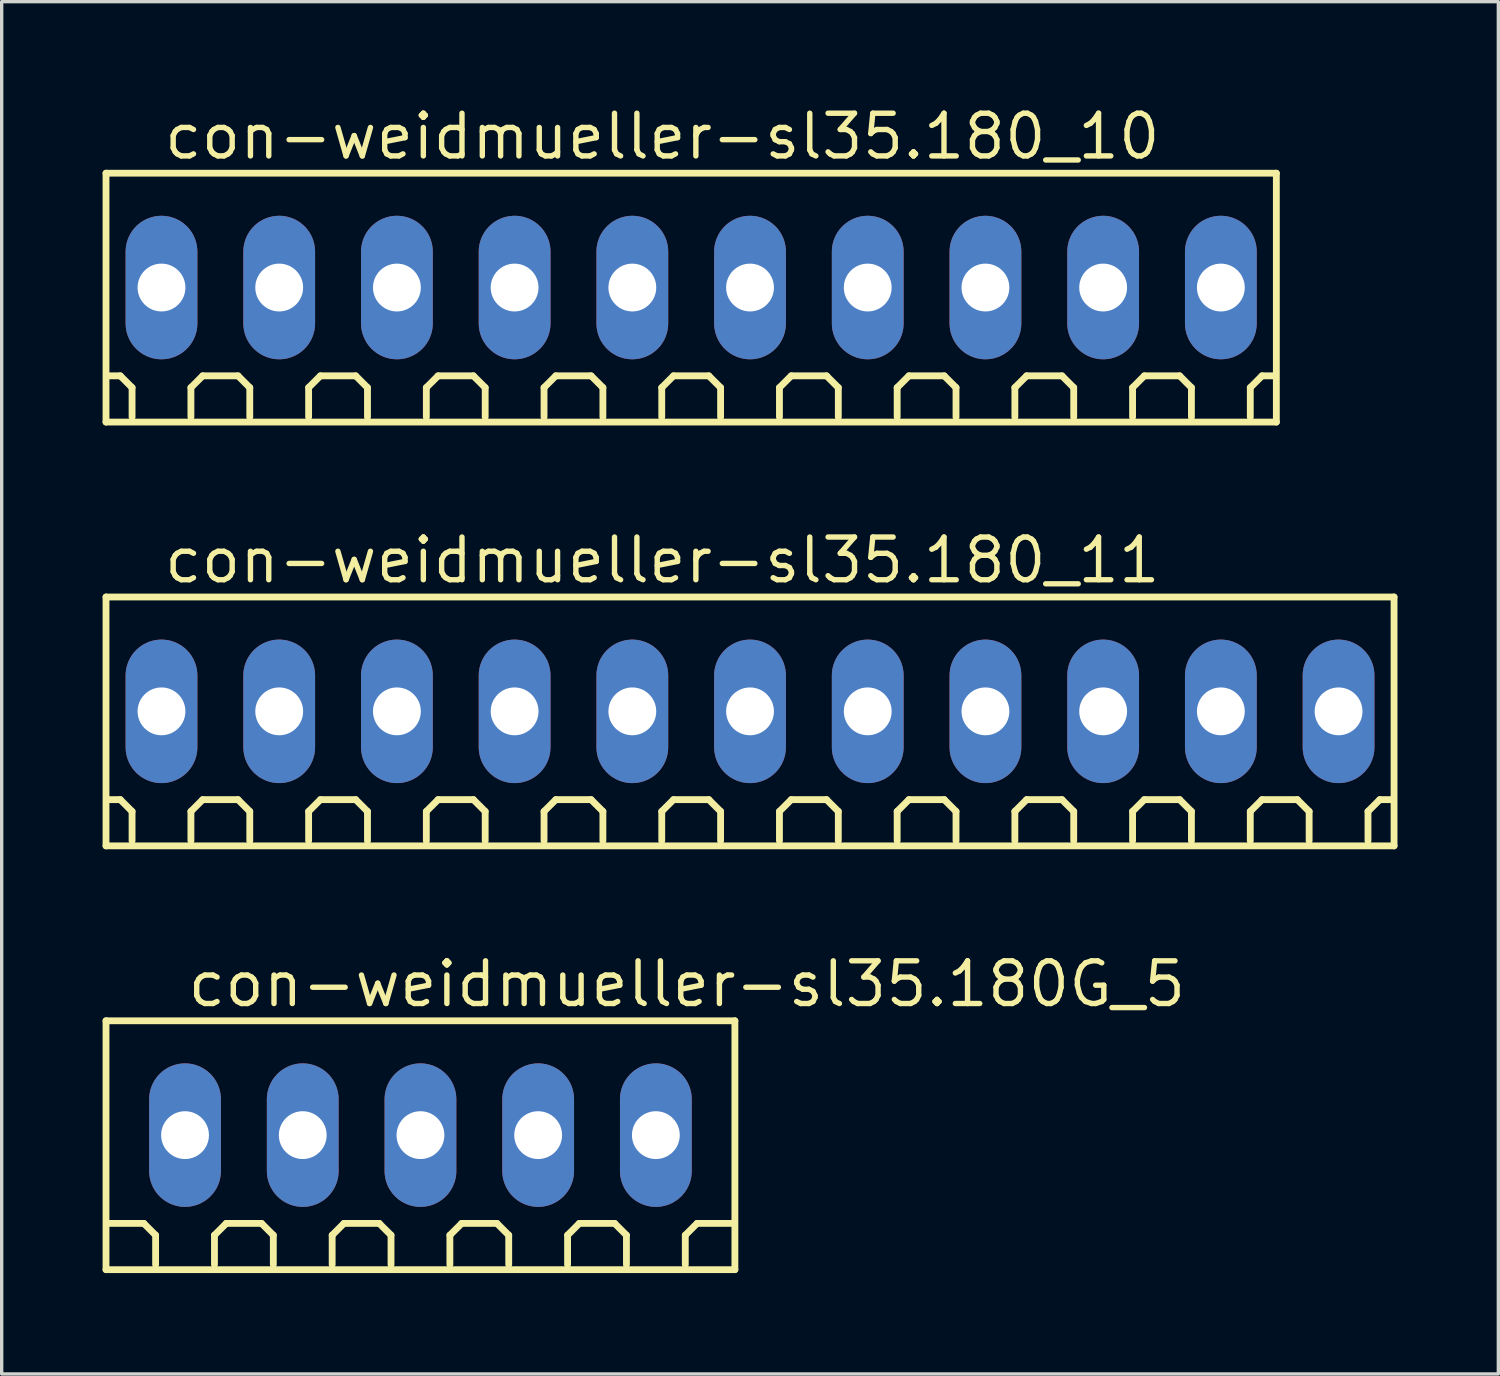
<source format=kicad_pcb>
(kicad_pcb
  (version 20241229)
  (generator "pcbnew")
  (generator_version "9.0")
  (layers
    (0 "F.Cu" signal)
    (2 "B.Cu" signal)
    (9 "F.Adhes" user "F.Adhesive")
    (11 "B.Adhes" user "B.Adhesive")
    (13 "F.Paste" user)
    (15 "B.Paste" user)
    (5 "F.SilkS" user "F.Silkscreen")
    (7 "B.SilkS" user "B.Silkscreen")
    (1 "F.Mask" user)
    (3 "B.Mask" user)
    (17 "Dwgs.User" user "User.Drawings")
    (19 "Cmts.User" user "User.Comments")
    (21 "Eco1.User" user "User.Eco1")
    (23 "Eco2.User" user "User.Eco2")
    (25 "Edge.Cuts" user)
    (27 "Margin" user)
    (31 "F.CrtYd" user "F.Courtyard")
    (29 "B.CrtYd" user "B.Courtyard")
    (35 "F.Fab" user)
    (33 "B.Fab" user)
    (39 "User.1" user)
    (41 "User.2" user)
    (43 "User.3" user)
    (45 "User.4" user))
  (footprint "con-weidmueller-sl35.180_11"
    (layer "F.Cu")
    (at 19.252 18.102)
    (property "Reference" "con-weidmueller-sl35.180_11" (at -17.5 -3.75 0) (layer "F.SilkS") (effects (font (size 1.27 1.27) (thickness 0.16)) (justify left bottom)))
    (attr through_hole)
    (fp_line (start -19.15 -3.4) (end 19.15 -3.4) (stroke (width 0.203) (type default)) (layer "F.SilkS"))
    (fp_line (start -19.15 4) (end -19.15 -3.4) (stroke (width 0.203) (type default)) (layer "F.SilkS"))
    (fp_line (start -18.725 2.625) (end -19.075 2.625) (stroke (width 0.203) (type default)) (layer "F.SilkS"))
    (fp_line (start -18.375 2.975) (end -18.725 2.625) (stroke (width 0.203) (type default)) (layer "F.SilkS"))
    (fp_line (start -18.375 3.85) (end -18.375 2.975) (stroke (width 0.203) (type default)) (layer "F.SilkS"))
    (fp_line (start -16.625 2.975) (end -16.275 2.625) (stroke (width 0.203) (type default)) (layer "F.SilkS"))
    (fp_line (start -16.625 3.85) (end -16.625 2.975) (stroke (width 0.203) (type default)) (layer "F.SilkS"))
    (fp_line (start -16.275 2.625) (end -15.225 2.625) (stroke (width 0.203) (type default)) (layer "F.SilkS"))
    (fp_line (start -15.225 2.625) (end -14.875 2.975) (stroke (width 0.203) (type default)) (layer "F.SilkS"))
    (fp_line (start -14.875 2.975) (end -14.875 3.85) (stroke (width 0.203) (type default)) (layer "F.SilkS"))
    (fp_line (start -13.125 2.975) (end -12.775 2.625) (stroke (width 0.203) (type default)) (layer "F.SilkS"))
    (fp_line (start -13.125 3.85) (end -13.125 2.975) (stroke (width 0.203) (type default)) (layer "F.SilkS"))
    (fp_line (start -12.775 2.625) (end -11.725 2.625) (stroke (width 0.203) (type default)) (layer "F.SilkS"))
    (fp_line (start -11.725 2.625) (end -11.375 2.975) (stroke (width 0.203) (type default)) (layer "F.SilkS"))
    (fp_line (start -11.375 2.975) (end -11.375 3.85) (stroke (width 0.203) (type default)) (layer "F.SilkS"))
    (fp_line (start -9.625 2.975) (end -9.275 2.625) (stroke (width 0.203) (type default)) (layer "F.SilkS"))
    (fp_line (start -9.625 3.85) (end -9.625 2.975) (stroke (width 0.203) (type default)) (layer "F.SilkS"))
    (fp_line (start -9.275 2.625) (end -8.225 2.625) (stroke (width 0.203) (type default)) (layer "F.SilkS"))
    (fp_line (start -8.225 2.625) (end -7.875 2.975) (stroke (width 0.203) (type default)) (layer "F.SilkS"))
    (fp_line (start -7.875 2.975) (end -7.875 3.85) (stroke (width 0.203) (type default)) (layer "F.SilkS"))
    (fp_line (start -6.125 2.975) (end -5.775 2.625) (stroke (width 0.203) (type default)) (layer "F.SilkS"))
    (fp_line (start -6.125 3.85) (end -6.125 2.975) (stroke (width 0.203) (type default)) (layer "F.SilkS"))
    (fp_line (start -5.775 2.625) (end -4.725 2.625) (stroke (width 0.203) (type default)) (layer "F.SilkS"))
    (fp_line (start -4.725 2.625) (end -4.375 2.975) (stroke (width 0.203) (type default)) (layer "F.SilkS"))
    (fp_line (start -4.375 2.975) (end -4.375 3.85) (stroke (width 0.203) (type default)) (layer "F.SilkS"))
    (fp_line (start -2.625 2.975) (end -2.275 2.625) (stroke (width 0.203) (type default)) (layer "F.SilkS"))
    (fp_line (start -2.625 3.85) (end -2.625 2.975) (stroke (width 0.203) (type default)) (layer "F.SilkS"))
    (fp_line (start -2.275 2.625) (end -1.225 2.625) (stroke (width 0.203) (type default)) (layer "F.SilkS"))
    (fp_line (start -1.225 2.625) (end -0.875 2.975) (stroke (width 0.203) (type default)) (layer "F.SilkS"))
    (fp_line (start -0.875 2.975) (end -0.875 3.85) (stroke (width 0.203) (type default)) (layer "F.SilkS"))
    (fp_line (start 0.875 2.975) (end 1.225 2.625) (stroke (width 0.203) (type default)) (layer "F.SilkS"))
    (fp_line (start 0.875 3.85) (end 0.875 2.975) (stroke (width 0.203) (type default)) (layer "F.SilkS"))
    (fp_line (start 1.225 2.625) (end 2.275 2.625) (stroke (width 0.203) (type default)) (layer "F.SilkS"))
    (fp_line (start 2.275 2.625) (end 2.625 2.975) (stroke (width 0.203) (type default)) (layer "F.SilkS"))
    (fp_line (start 2.625 2.975) (end 2.625 3.85) (stroke (width 0.203) (type default)) (layer "F.SilkS"))
    (fp_line (start 4.375 2.975) (end 4.725 2.625) (stroke (width 0.203) (type default)) (layer "F.SilkS"))
    (fp_line (start 4.375 3.85) (end 4.375 2.975) (stroke (width 0.203) (type default)) (layer "F.SilkS"))
    (fp_line (start 4.725 2.625) (end 5.775 2.625) (stroke (width 0.203) (type default)) (layer "F.SilkS"))
    (fp_line (start 5.775 2.625) (end 6.125 2.975) (stroke (width 0.203) (type default)) (layer "F.SilkS"))
    (fp_line (start 6.125 2.975) (end 6.125 3.85) (stroke (width 0.203) (type default)) (layer "F.SilkS"))
    (fp_line (start 7.875 2.975) (end 8.225 2.625) (stroke (width 0.203) (type default)) (layer "F.SilkS"))
    (fp_line (start 7.875 3.85) (end 7.875 2.975) (stroke (width 0.203) (type default)) (layer "F.SilkS"))
    (fp_line (start 8.225 2.625) (end 9.275 2.625) (stroke (width 0.203) (type default)) (layer "F.SilkS"))
    (fp_line (start 9.275 2.625) (end 9.625 2.975) (stroke (width 0.203) (type default)) (layer "F.SilkS"))
    (fp_line (start 9.625 2.975) (end 9.625 3.85) (stroke (width 0.203) (type default)) (layer "F.SilkS"))
    (fp_line (start 11.375 2.975) (end 11.725 2.625) (stroke (width 0.203) (type default)) (layer "F.SilkS"))
    (fp_line (start 11.375 3.85) (end 11.375 2.975) (stroke (width 0.203) (type default)) (layer "F.SilkS"))
    (fp_line (start 11.725 2.625) (end 12.775 2.625) (stroke (width 0.203) (type default)) (layer "F.SilkS"))
    (fp_line (start 12.775 2.625) (end 13.125 2.975) (stroke (width 0.203) (type default)) (layer "F.SilkS"))
    (fp_line (start 13.125 2.975) (end 13.125 3.85) (stroke (width 0.203) (type default)) (layer "F.SilkS"))
    (fp_line (start 14.875 2.975) (end 15.225 2.625) (stroke (width 0.203) (type default)) (layer "F.SilkS"))
    (fp_line (start 14.875 3.85) (end 14.875 2.975) (stroke (width 0.203) (type default)) (layer "F.SilkS"))
    (fp_line (start 15.225 2.625) (end 16.275 2.625) (stroke (width 0.203) (type default)) (layer "F.SilkS"))
    (fp_line (start 16.275 2.625) (end 16.625 2.975) (stroke (width 0.203) (type default)) (layer "F.SilkS"))
    (fp_line (start 16.625 2.975) (end 16.625 3.85) (stroke (width 0.203) (type default)) (layer "F.SilkS"))
    (fp_line (start 18.375 2.975) (end 18.725 2.625) (stroke (width 0.203) (type default)) (layer "F.SilkS"))
    (fp_line (start 18.375 3.85) (end 18.375 2.975) (stroke (width 0.203) (type default)) (layer "F.SilkS"))
    (fp_line (start 19.075 2.625) (end 18.725 2.625) (stroke (width 0.203) (type default)) (layer "F.SilkS"))
    (fp_line (start 19.15 -3.4) (end 19.15 4) (stroke (width 0.203) (type default)) (layer "F.SilkS"))
    (fp_line (start 19.15 4) (end -19.15 4) (stroke (width 0.203) (type default)) (layer "F.SilkS"))
    (pad "1" thru_hole oval (at -17.5 0 90) (size 4.267 2.134) (drill 1.422) (layers "*.Cu" "*.Mask"))
    (pad "2" thru_hole oval (at -14 0 90) (size 4.267 2.134) (drill 1.422) (layers "*.Cu" "*.Mask"))
    (pad "3" thru_hole oval (at -10.5 0 90) (size 4.267 2.134) (drill 1.422) (layers "*.Cu" "*.Mask"))
    (pad "4" thru_hole oval (at -7 0 90) (size 4.267 2.134) (drill 1.422) (layers "*.Cu" "*.Mask"))
    (pad "5" thru_hole oval (at -3.5 0 90) (size 4.267 2.134) (drill 1.422) (layers "*.Cu" "*.Mask"))
    (pad "6" thru_hole oval (at 0 0 90) (size 4.267 2.134) (drill 1.422) (layers "*.Cu" "*.Mask"))
    (pad "7" thru_hole oval (at 3.5 0 90) (size 4.267 2.134) (drill 1.422) (layers "*.Cu" "*.Mask"))
    (pad "8" thru_hole oval (at 7 0 90) (size 4.267 2.134) (drill 1.422) (layers "*.Cu" "*.Mask"))
    (pad "9" thru_hole oval (at 10.5 0 90) (size 4.267 2.134) (drill 1.422) (layers "*.Cu" "*.Mask"))
    (pad "10" thru_hole oval (at 14 0 90) (size 4.267 2.134) (drill 1.422) (layers "*.Cu" "*.Mask"))
    (pad "11" thru_hole oval (at 17.5 0 90) (size 4.267 2.134) (drill 1.422) (layers "*.Cu" "*.Mask")))
  (footprint "con-weidmueller-sl35.180G_5"
    (layer "F.Cu")
    (at 9.452 30.703)
    (property "Reference" "con-weidmueller-sl35.180G_5" (at -7 -3.75 0) (layer "F.SilkS") (effects (font (size 1.27 1.27) (thickness 0.16)) (justify left bottom)))
    (attr through_hole)
    (fp_line (start -9.35 -3.4) (end 9.35 -3.4) (stroke (width 0.203) (type default)) (layer "F.SilkS"))
    (fp_line (start -9.35 4) (end -9.35 -3.4) (stroke (width 0.203) (type default)) (layer "F.SilkS"))
    (fp_line (start -8.225 2.625) (end -9.275 2.625) (stroke (width 0.203) (type default)) (layer "F.SilkS"))
    (fp_line (start -7.875 2.975) (end -8.225 2.625) (stroke (width 0.203) (type default)) (layer "F.SilkS"))
    (fp_line (start -7.875 3.85) (end -7.875 2.975) (stroke (width 0.203) (type default)) (layer "F.SilkS"))
    (fp_line (start -6.125 2.975) (end -5.775 2.625) (stroke (width 0.203) (type default)) (layer "F.SilkS"))
    (fp_line (start -6.125 3.85) (end -6.125 2.975) (stroke (width 0.203) (type default)) (layer "F.SilkS"))
    (fp_line (start -5.775 2.625) (end -4.725 2.625) (stroke (width 0.203) (type default)) (layer "F.SilkS"))
    (fp_line (start -4.725 2.625) (end -4.375 2.975) (stroke (width 0.203) (type default)) (layer "F.SilkS"))
    (fp_line (start -4.375 2.975) (end -4.375 3.85) (stroke (width 0.203) (type default)) (layer "F.SilkS"))
    (fp_line (start -2.625 2.975) (end -2.275 2.625) (stroke (width 0.203) (type default)) (layer "F.SilkS"))
    (fp_line (start -2.625 3.85) (end -2.625 2.975) (stroke (width 0.203) (type default)) (layer "F.SilkS"))
    (fp_line (start -2.275 2.625) (end -1.225 2.625) (stroke (width 0.203) (type default)) (layer "F.SilkS"))
    (fp_line (start -1.225 2.625) (end -0.875 2.975) (stroke (width 0.203) (type default)) (layer "F.SilkS"))
    (fp_line (start -0.875 2.975) (end -0.875 3.85) (stroke (width 0.203) (type default)) (layer "F.SilkS"))
    (fp_line (start 0.875 2.975) (end 1.225 2.625) (stroke (width 0.203) (type default)) (layer "F.SilkS"))
    (fp_line (start 0.875 3.85) (end 0.875 2.975) (stroke (width 0.203) (type default)) (layer "F.SilkS"))
    (fp_line (start 1.225 2.625) (end 2.275 2.625) (stroke (width 0.203) (type default)) (layer "F.SilkS"))
    (fp_line (start 2.275 2.625) (end 2.625 2.975) (stroke (width 0.203) (type default)) (layer "F.SilkS"))
    (fp_line (start 2.625 2.975) (end 2.625 3.85) (stroke (width 0.203) (type default)) (layer "F.SilkS"))
    (fp_line (start 4.375 2.975) (end 4.725 2.625) (stroke (width 0.203) (type default)) (layer "F.SilkS"))
    (fp_line (start 4.375 3.85) (end 4.375 2.975) (stroke (width 0.203) (type default)) (layer "F.SilkS"))
    (fp_line (start 4.725 2.625) (end 5.775 2.625) (stroke (width 0.203) (type default)) (layer "F.SilkS"))
    (fp_line (start 5.775 2.625) (end 6.125 2.975) (stroke (width 0.203) (type default)) (layer "F.SilkS"))
    (fp_line (start 6.125 2.975) (end 6.125 3.85) (stroke (width 0.203) (type default)) (layer "F.SilkS"))
    (fp_line (start 7.875 2.975) (end 8.225 2.625) (stroke (width 0.203) (type default)) (layer "F.SilkS"))
    (fp_line (start 7.875 3.85) (end 7.875 2.975) (stroke (width 0.203) (type default)) (layer "F.SilkS"))
    (fp_line (start 8.225 2.625) (end 9.275 2.625) (stroke (width 0.203) (type default)) (layer "F.SilkS"))
    (fp_line (start 9.35 -3.4) (end 9.35 4) (stroke (width 0.203) (type default)) (layer "F.SilkS"))
    (fp_line (start 9.35 4) (end -9.35 4) (stroke (width 0.203) (type default)) (layer "F.SilkS"))
    (pad "1" thru_hole oval (at -7 0 90) (size 4.267 2.134) (drill 1.422) (layers "*.Cu" "*.Mask"))
    (pad "2" thru_hole oval (at -3.5 0 90) (size 4.267 2.134) (drill 1.422) (layers "*.Cu" "*.Mask"))
    (pad "3" thru_hole oval (at 0 0 90) (size 4.267 2.134) (drill 1.422) (layers "*.Cu" "*.Mask"))
    (pad "4" thru_hole oval (at 3.5 0 90) (size 4.267 2.134) (drill 1.422) (layers "*.Cu" "*.Mask"))
    (pad "5" thru_hole oval (at 7 0 90) (size 4.267 2.134) (drill 1.422) (layers "*.Cu" "*.Mask")))
  (footprint "con-weidmueller-sl35.180_10"
    (layer "F.Cu")
    (at 17.502 5.5)
    (property "Reference" "con-weidmueller-sl35.180_10" (at -15.75 -3.75 0) (layer "F.SilkS") (effects (font (size 1.27 1.27) (thickness 0.16)) (justify left bottom)))
    (attr through_hole)
    (fp_line (start -17.4 -3.4) (end 17.4 -3.4) (stroke (width 0.203) (type default)) (layer "F.SilkS"))
    (fp_line (start -17.4 4) (end -17.4 -3.4) (stroke (width 0.203) (type default)) (layer "F.SilkS"))
    (fp_line (start -16.975 2.625) (end -17.325 2.625) (stroke (width 0.203) (type default)) (layer "F.SilkS"))
    (fp_line (start -16.625 2.975) (end -16.975 2.625) (stroke (width 0.203) (type default)) (layer "F.SilkS"))
    (fp_line (start -16.625 3.85) (end -16.625 2.975) (stroke (width 0.203) (type default)) (layer "F.SilkS"))
    (fp_line (start -14.875 2.975) (end -14.525 2.625) (stroke (width 0.203) (type default)) (layer "F.SilkS"))
    (fp_line (start -14.875 3.85) (end -14.875 2.975) (stroke (width 0.203) (type default)) (layer "F.SilkS"))
    (fp_line (start -14.525 2.625) (end -13.475 2.625) (stroke (width 0.203) (type default)) (layer "F.SilkS"))
    (fp_line (start -13.475 2.625) (end -13.125 2.975) (stroke (width 0.203) (type default)) (layer "F.SilkS"))
    (fp_line (start -13.125 2.975) (end -13.125 3.85) (stroke (width 0.203) (type default)) (layer "F.SilkS"))
    (fp_line (start -11.375 2.975) (end -11.025 2.625) (stroke (width 0.203) (type default)) (layer "F.SilkS"))
    (fp_line (start -11.375 3.85) (end -11.375 2.975) (stroke (width 0.203) (type default)) (layer "F.SilkS"))
    (fp_line (start -11.025 2.625) (end -9.975 2.625) (stroke (width 0.203) (type default)) (layer "F.SilkS"))
    (fp_line (start -9.975 2.625) (end -9.625 2.975) (stroke (width 0.203) (type default)) (layer "F.SilkS"))
    (fp_line (start -9.625 2.975) (end -9.625 3.85) (stroke (width 0.203) (type default)) (layer "F.SilkS"))
    (fp_line (start -7.875 2.975) (end -7.525 2.625) (stroke (width 0.203) (type default)) (layer "F.SilkS"))
    (fp_line (start -7.875 3.85) (end -7.875 2.975) (stroke (width 0.203) (type default)) (layer "F.SilkS"))
    (fp_line (start -7.525 2.625) (end -6.475 2.625) (stroke (width 0.203) (type default)) (layer "F.SilkS"))
    (fp_line (start -6.475 2.625) (end -6.125 2.975) (stroke (width 0.203) (type default)) (layer "F.SilkS"))
    (fp_line (start -6.125 2.975) (end -6.125 3.85) (stroke (width 0.203) (type default)) (layer "F.SilkS"))
    (fp_line (start -4.375 2.975) (end -4.025 2.625) (stroke (width 0.203) (type default)) (layer "F.SilkS"))
    (fp_line (start -4.375 3.85) (end -4.375 2.975) (stroke (width 0.203) (type default)) (layer "F.SilkS"))
    (fp_line (start -4.025 2.625) (end -2.975 2.625) (stroke (width 0.203) (type default)) (layer "F.SilkS"))
    (fp_line (start -2.975 2.625) (end -2.625 2.975) (stroke (width 0.203) (type default)) (layer "F.SilkS"))
    (fp_line (start -2.625 2.975) (end -2.625 3.85) (stroke (width 0.203) (type default)) (layer "F.SilkS"))
    (fp_line (start -0.875 2.975) (end -0.525 2.625) (stroke (width 0.203) (type default)) (layer "F.SilkS"))
    (fp_line (start -0.875 3.85) (end -0.875 2.975) (stroke (width 0.203) (type default)) (layer "F.SilkS"))
    (fp_line (start -0.525 2.625) (end 0.525 2.625) (stroke (width 0.203) (type default)) (layer "F.SilkS"))
    (fp_line (start 0.525 2.625) (end 0.875 2.975) (stroke (width 0.203) (type default)) (layer "F.SilkS"))
    (fp_line (start 0.875 2.975) (end 0.875 3.85) (stroke (width 0.203) (type default)) (layer "F.SilkS"))
    (fp_line (start 2.625 2.975) (end 2.975 2.625) (stroke (width 0.203) (type default)) (layer "F.SilkS"))
    (fp_line (start 2.625 3.85) (end 2.625 2.975) (stroke (width 0.203) (type default)) (layer "F.SilkS"))
    (fp_line (start 2.975 2.625) (end 4.025 2.625) (stroke (width 0.203) (type default)) (layer "F.SilkS"))
    (fp_line (start 4.025 2.625) (end 4.375 2.975) (stroke (width 0.203) (type default)) (layer "F.SilkS"))
    (fp_line (start 4.375 2.975) (end 4.375 3.85) (stroke (width 0.203) (type default)) (layer "F.SilkS"))
    (fp_line (start 6.125 2.975) (end 6.475 2.625) (stroke (width 0.203) (type default)) (layer "F.SilkS"))
    (fp_line (start 6.125 3.85) (end 6.125 2.975) (stroke (width 0.203) (type default)) (layer "F.SilkS"))
    (fp_line (start 6.475 2.625) (end 7.525 2.625) (stroke (width 0.203) (type default)) (layer "F.SilkS"))
    (fp_line (start 7.525 2.625) (end 7.875 2.975) (stroke (width 0.203) (type default)) (layer "F.SilkS"))
    (fp_line (start 7.875 2.975) (end 7.875 3.85) (stroke (width 0.203) (type default)) (layer "F.SilkS"))
    (fp_line (start 9.625 2.975) (end 9.975 2.625) (stroke (width 0.203) (type default)) (layer "F.SilkS"))
    (fp_line (start 9.625 3.85) (end 9.625 2.975) (stroke (width 0.203) (type default)) (layer "F.SilkS"))
    (fp_line (start 9.975 2.625) (end 11.025 2.625) (stroke (width 0.203) (type default)) (layer "F.SilkS"))
    (fp_line (start 11.025 2.625) (end 11.375 2.975) (stroke (width 0.203) (type default)) (layer "F.SilkS"))
    (fp_line (start 11.375 2.975) (end 11.375 3.85) (stroke (width 0.203) (type default)) (layer "F.SilkS"))
    (fp_line (start 13.125 2.975) (end 13.475 2.625) (stroke (width 0.203) (type default)) (layer "F.SilkS"))
    (fp_line (start 13.125 3.85) (end 13.125 2.975) (stroke (width 0.203) (type default)) (layer "F.SilkS"))
    (fp_line (start 13.475 2.625) (end 14.525 2.625) (stroke (width 0.203) (type default)) (layer "F.SilkS"))
    (fp_line (start 14.525 2.625) (end 14.875 2.975) (stroke (width 0.203) (type default)) (layer "F.SilkS"))
    (fp_line (start 14.875 2.975) (end 14.875 3.85) (stroke (width 0.203) (type default)) (layer "F.SilkS"))
    (fp_line (start 16.625 2.975) (end 16.975 2.625) (stroke (width 0.203) (type default)) (layer "F.SilkS"))
    (fp_line (start 16.625 3.85) (end 16.625 2.975) (stroke (width 0.203) (type default)) (layer "F.SilkS"))
    (fp_line (start 16.975 2.625) (end 17.325 2.625) (stroke (width 0.203) (type default)) (layer "F.SilkS"))
    (fp_line (start 17.4 -3.4) (end 17.4 4) (stroke (width 0.203) (type default)) (layer "F.SilkS"))
    (fp_line (start 17.4 4) (end -17.4 4) (stroke (width 0.203) (type default)) (layer "F.SilkS"))
    (pad "1" thru_hole oval (at -15.75 0 90) (size 4.267 2.134) (drill 1.422) (layers "*.Cu" "*.Mask"))
    (pad "2" thru_hole oval (at -12.25 0 90) (size 4.267 2.134) (drill 1.422) (layers "*.Cu" "*.Mask"))
    (pad "3" thru_hole oval (at -8.75 0 90) (size 4.267 2.134) (drill 1.422) (layers "*.Cu" "*.Mask"))
    (pad "4" thru_hole oval (at -5.25 0 90) (size 4.267 2.134) (drill 1.422) (layers "*.Cu" "*.Mask"))
    (pad "5" thru_hole oval (at -1.75 0 90) (size 4.267 2.134) (drill 1.422) (layers "*.Cu" "*.Mask"))
    (pad "6" thru_hole oval (at 1.75 0 90) (size 4.267 2.134) (drill 1.422) (layers "*.Cu" "*.Mask"))
    (pad "7" thru_hole oval (at 5.25 0 90) (size 4.267 2.134) (drill 1.422) (layers "*.Cu" "*.Mask"))
    (pad "8" thru_hole oval (at 8.75 0 90) (size 4.267 2.134) (drill 1.422) (layers "*.Cu" "*.Mask"))
    (pad "9" thru_hole oval (at 12.25 0 90) (size 4.267 2.134) (drill 1.422) (layers "*.Cu" "*.Mask"))
    (pad "10" thru_hole oval (at 15.75 0 90) (size 4.267 2.134) (drill 1.422) (layers "*.Cu" "*.Mask")))
  (gr_rect
    (start -3 -3)
    (end 41.503 37.805)
    (stroke (width 0.1) (type default))
    (fill no)
    (layer "Edge.Cuts")))
</source>
